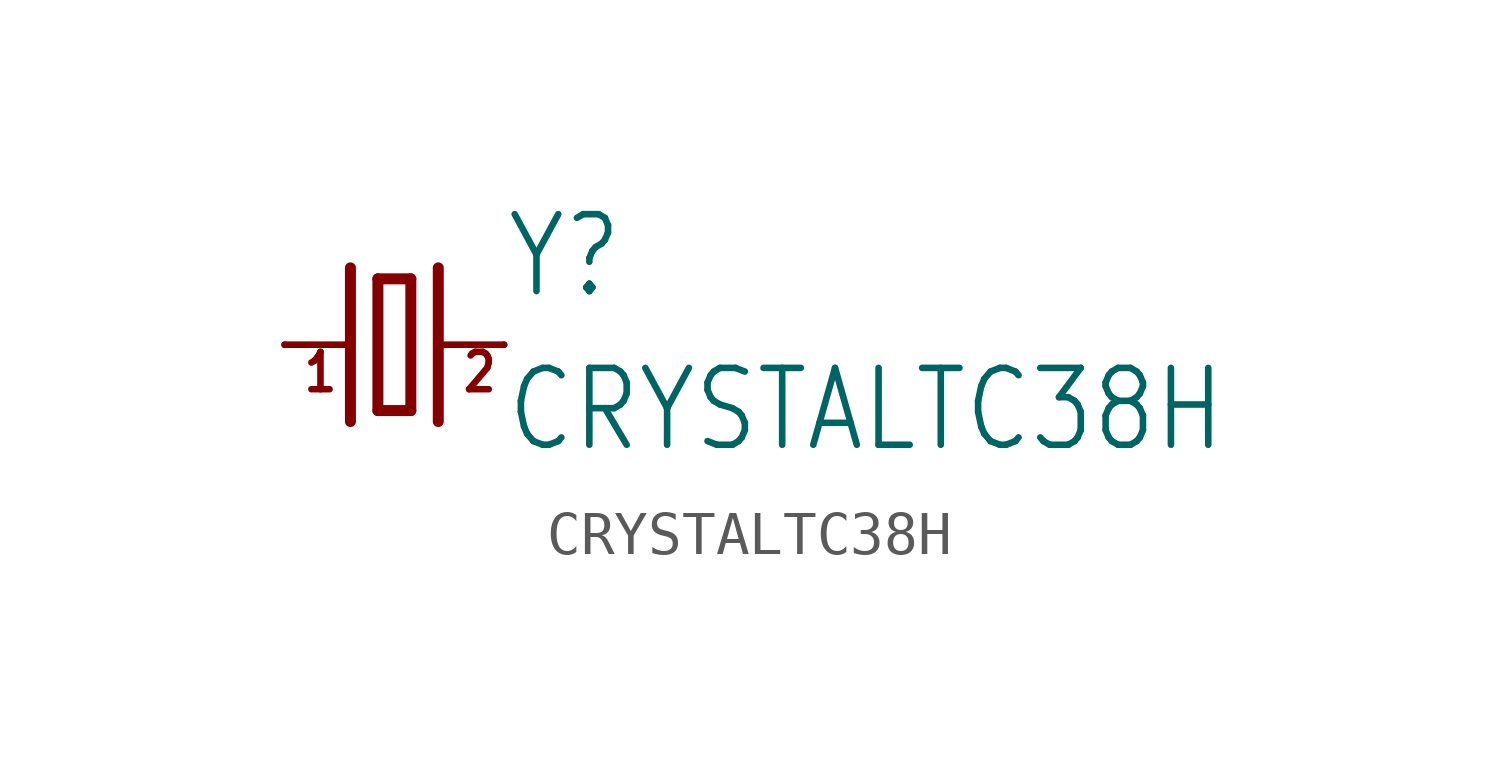
<source format=kicad_sym>
(kicad_symbol_lib
  (version 20211014)
  (generator kicad_symbol_editor)
  (symbol "CRYSTALTC38H"
    (property "Reference" "Y"
      (at 2.54 1.016 0)
      (effects (font (size 1.778 1.511)) (justify left bottom)))
    (property "Value" "CRYSTALTC38H"
      (at 2.54 -2.54 0)
      (effects (font (size 1.778 1.511)) (justify left bottom)))
    (property "ki_locked" ""
      (at 0 0 0)
      (effects (font (size 1.27 1.27))))
    (symbol "CRYSTALTC38H_1_0"
      (polyline (pts (xy -2.54 0) (xy -1.016 0)) (stroke (width 0.152) (type default) (color 0 0 0 0)) (fill (type none)))
      (polyline (pts (xy -1.016 1.778) (xy -1.016 -1.778)) (stroke (width 0.254) (type default) (color 0 0 0 0)) (fill (type none)))
      (polyline (pts (xy -0.381 -1.524) (xy 0.381 -1.524)) (stroke (width 0.254) (type default) (color 0 0 0 0)) (fill (type none)))
      (polyline (pts (xy -0.381 1.524) (xy -0.381 -1.524)) (stroke (width 0.254) (type default) (color 0 0 0 0)) (fill (type none)))
      (polyline (pts (xy 0.381 -1.524) (xy 0.381 1.524)) (stroke (width 0.254) (type default) (color 0 0 0 0)) (fill (type none)))
      (polyline (pts (xy 0.381 1.524) (xy -0.381 1.524)) (stroke (width 0.254) (type default) (color 0 0 0 0)) (fill (type none)))
      (polyline (pts (xy 1.016 0) (xy 2.54 0)) (stroke (width 0.152) (type default) (color 0 0 0 0)) (fill (type none)))
      (polyline (pts (xy 1.016 1.778) (xy 1.016 -1.778)) (stroke (width 0.254) (type default) (color 0 0 0 0)) (fill (type none)))
      (text "1" (at -2.159 -1.143 0) (effects (font (size 0.864 0.734)) (justify left bottom)))
      (text "2" (at 1.524 -1.143 0) (effects (font (size 0.864 0.734)) (justify left bottom)))
      (pin passive line (at -2.54 0 0) (length 0) (name "1" (effects (font (size 0 0)))) (number "1" (effects (font (size 0 0)))))
      (pin passive line (at 2.54 0 180) (length 0) (name "2" (effects (font (size 0 0)))) (number "2" (effects (font (size 0 0))))))))
</source>
